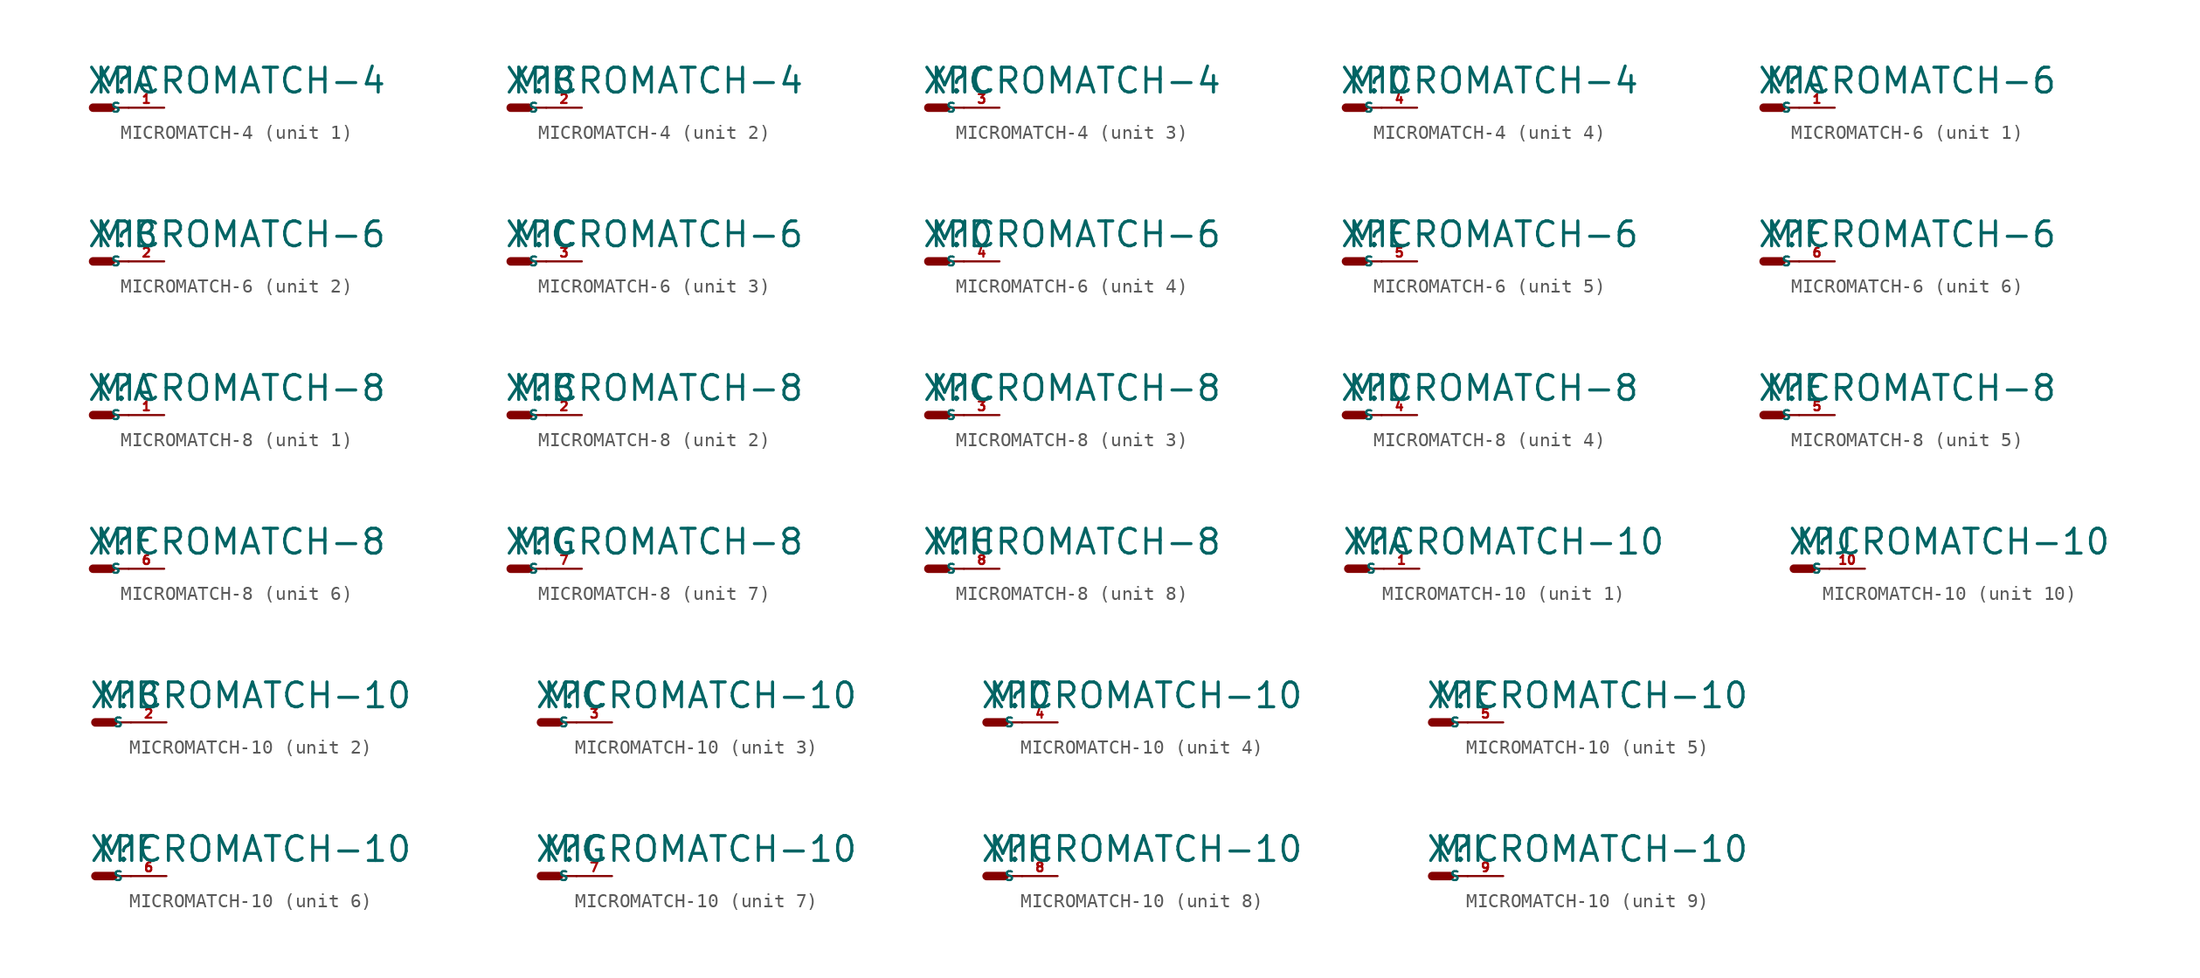
<source format=kicad_sym>
(kicad_symbol_lib
  (version 20220914)
  (generator Eagle2Kicad)
  (symbol "MICROMATCH-4"
    (property "Reference" "X"
      (at -0.508 0.889 0)
      (effects (font (size 1.778 1.778) (thickness 0.22)) (justify left bottom)))
    (property "Value" "MICROMATCH-4"
      (at 0 0.889 0)
      (effects (font (size 1.778 1.778) (thickness 0.22)) (justify left bottom)))
    (symbol "MICROMATCH-4_1_0"
      (polyline (pts (xy 1.27 0) (xy 2.54 0)) (stroke (width 0.152) (type default)) (fill (type none)))
      (polyline (pts (xy 0 0) (xy 1.27 0)) (stroke (width 0.61) (type default)) (fill (type none)))
      (pin passive line (at 5.08 0 180) (length 2.54) (name "S" (effects (font (size 0.635 0.635) (thickness 0.08)) (justify left bottom))) (number "1" (effects (font (size 0.635 0.635) (thickness 0.08)) (justify left bottom)))))
    (symbol "MICROMATCH-4_2_0"
      (polyline (pts (xy 1.27 0) (xy 2.54 0)) (stroke (width 0.152) (type default)) (fill (type none)))
      (polyline (pts (xy 0 0) (xy 1.27 0)) (stroke (width 0.61) (type default)) (fill (type none)))
      (pin passive line (at 5.08 0 180) (length 2.54) (name "S" (effects (font (size 0.635 0.635) (thickness 0.08)) (justify left bottom))) (number "2" (effects (font (size 0.635 0.635) (thickness 0.08)) (justify left bottom)))))
    (symbol "MICROMATCH-4_3_0"
      (polyline (pts (xy 1.27 0) (xy 2.54 0)) (stroke (width 0.152) (type default)) (fill (type none)))
      (polyline (pts (xy 0 0) (xy 1.27 0)) (stroke (width 0.61) (type default)) (fill (type none)))
      (pin passive line (at 5.08 0 180) (length 2.54) (name "S" (effects (font (size 0.635 0.635) (thickness 0.08)) (justify left bottom))) (number "3" (effects (font (size 0.635 0.635) (thickness 0.08)) (justify left bottom)))))
    (symbol "MICROMATCH-4_4_0"
      (polyline (pts (xy 1.27 0) (xy 2.54 0)) (stroke (width 0.152) (type default)) (fill (type none)))
      (polyline (pts (xy 0 0) (xy 1.27 0)) (stroke (width 0.61) (type default)) (fill (type none)))
      (pin passive line (at 5.08 0 180) (length 2.54) (name "S" (effects (font (size 0.635 0.635) (thickness 0.08)) (justify left bottom))) (number "4" (effects (font (size 0.635 0.635) (thickness 0.08)) (justify left bottom))))))
  (symbol "MICROMATCH-6"
    (property "Reference" "X"
      (at -0.508 0.889 0)
      (effects (font (size 1.778 1.778) (thickness 0.22)) (justify left bottom)))
    (property "Value" "MICROMATCH-6"
      (at 0 0.889 0)
      (effects (font (size 1.778 1.778) (thickness 0.22)) (justify left bottom)))
    (symbol "MICROMATCH-6_1_0"
      (polyline (pts (xy 1.27 0) (xy 2.54 0)) (stroke (width 0.152) (type default)) (fill (type none)))
      (polyline (pts (xy 0 0) (xy 1.27 0)) (stroke (width 0.61) (type default)) (fill (type none)))
      (pin passive line (at 5.08 0 180) (length 2.54) (name "S" (effects (font (size 0.635 0.635) (thickness 0.08)) (justify left bottom))) (number "1" (effects (font (size 0.635 0.635) (thickness 0.08)) (justify left bottom)))))
    (symbol "MICROMATCH-6_2_0"
      (polyline (pts (xy 1.27 0) (xy 2.54 0)) (stroke (width 0.152) (type default)) (fill (type none)))
      (polyline (pts (xy 0 0) (xy 1.27 0)) (stroke (width 0.61) (type default)) (fill (type none)))
      (pin passive line (at 5.08 0 180) (length 2.54) (name "S" (effects (font (size 0.635 0.635) (thickness 0.08)) (justify left bottom))) (number "2" (effects (font (size 0.635 0.635) (thickness 0.08)) (justify left bottom)))))
    (symbol "MICROMATCH-6_3_0"
      (polyline (pts (xy 1.27 0) (xy 2.54 0)) (stroke (width 0.152) (type default)) (fill (type none)))
      (polyline (pts (xy 0 0) (xy 1.27 0)) (stroke (width 0.61) (type default)) (fill (type none)))
      (pin passive line (at 5.08 0 180) (length 2.54) (name "S" (effects (font (size 0.635 0.635) (thickness 0.08)) (justify left bottom))) (number "3" (effects (font (size 0.635 0.635) (thickness 0.08)) (justify left bottom)))))
    (symbol "MICROMATCH-6_4_0"
      (polyline (pts (xy 1.27 0) (xy 2.54 0)) (stroke (width 0.152) (type default)) (fill (type none)))
      (polyline (pts (xy 0 0) (xy 1.27 0)) (stroke (width 0.61) (type default)) (fill (type none)))
      (pin passive line (at 5.08 0 180) (length 2.54) (name "S" (effects (font (size 0.635 0.635) (thickness 0.08)) (justify left bottom))) (number "4" (effects (font (size 0.635 0.635) (thickness 0.08)) (justify left bottom)))))
    (symbol "MICROMATCH-6_5_0"
      (polyline (pts (xy 1.27 0) (xy 2.54 0)) (stroke (width 0.152) (type default)) (fill (type none)))
      (polyline (pts (xy 0 0) (xy 1.27 0)) (stroke (width 0.61) (type default)) (fill (type none)))
      (pin passive line (at 5.08 0 180) (length 2.54) (name "S" (effects (font (size 0.635 0.635) (thickness 0.08)) (justify left bottom))) (number "5" (effects (font (size 0.635 0.635) (thickness 0.08)) (justify left bottom)))))
    (symbol "MICROMATCH-6_6_0"
      (polyline (pts (xy 1.27 0) (xy 2.54 0)) (stroke (width 0.152) (type default)) (fill (type none)))
      (polyline (pts (xy 0 0) (xy 1.27 0)) (stroke (width 0.61) (type default)) (fill (type none)))
      (pin passive line (at 5.08 0 180) (length 2.54) (name "S" (effects (font (size 0.635 0.635) (thickness 0.08)) (justify left bottom))) (number "6" (effects (font (size 0.635 0.635) (thickness 0.08)) (justify left bottom))))))
  (symbol "MICROMATCH-8"
    (property "Reference" "X"
      (at -0.508 0.889 0)
      (effects (font (size 1.778 1.778) (thickness 0.22)) (justify left bottom)))
    (property "Value" "MICROMATCH-8"
      (at 0 0.889 0)
      (effects (font (size 1.778 1.778) (thickness 0.22)) (justify left bottom)))
    (symbol "MICROMATCH-8_1_0"
      (polyline (pts (xy 1.27 0) (xy 2.54 0)) (stroke (width 0.152) (type default)) (fill (type none)))
      (polyline (pts (xy 0 0) (xy 1.27 0)) (stroke (width 0.61) (type default)) (fill (type none)))
      (pin passive line (at 5.08 0 180) (length 2.54) (name "S" (effects (font (size 0.635 0.635) (thickness 0.08)) (justify left bottom))) (number "1" (effects (font (size 0.635 0.635) (thickness 0.08)) (justify left bottom)))))
    (symbol "MICROMATCH-8_2_0"
      (polyline (pts (xy 1.27 0) (xy 2.54 0)) (stroke (width 0.152) (type default)) (fill (type none)))
      (polyline (pts (xy 0 0) (xy 1.27 0)) (stroke (width 0.61) (type default)) (fill (type none)))
      (pin passive line (at 5.08 0 180) (length 2.54) (name "S" (effects (font (size 0.635 0.635) (thickness 0.08)) (justify left bottom))) (number "2" (effects (font (size 0.635 0.635) (thickness 0.08)) (justify left bottom)))))
    (symbol "MICROMATCH-8_3_0"
      (polyline (pts (xy 1.27 0) (xy 2.54 0)) (stroke (width 0.152) (type default)) (fill (type none)))
      (polyline (pts (xy 0 0) (xy 1.27 0)) (stroke (width 0.61) (type default)) (fill (type none)))
      (pin passive line (at 5.08 0 180) (length 2.54) (name "S" (effects (font (size 0.635 0.635) (thickness 0.08)) (justify left bottom))) (number "3" (effects (font (size 0.635 0.635) (thickness 0.08)) (justify left bottom)))))
    (symbol "MICROMATCH-8_4_0"
      (polyline (pts (xy 1.27 0) (xy 2.54 0)) (stroke (width 0.152) (type default)) (fill (type none)))
      (polyline (pts (xy 0 0) (xy 1.27 0)) (stroke (width 0.61) (type default)) (fill (type none)))
      (pin passive line (at 5.08 0 180) (length 2.54) (name "S" (effects (font (size 0.635 0.635) (thickness 0.08)) (justify left bottom))) (number "4" (effects (font (size 0.635 0.635) (thickness 0.08)) (justify left bottom)))))
    (symbol "MICROMATCH-8_5_0"
      (polyline (pts (xy 1.27 0) (xy 2.54 0)) (stroke (width 0.152) (type default)) (fill (type none)))
      (polyline (pts (xy 0 0) (xy 1.27 0)) (stroke (width 0.61) (type default)) (fill (type none)))
      (pin passive line (at 5.08 0 180) (length 2.54) (name "S" (effects (font (size 0.635 0.635) (thickness 0.08)) (justify left bottom))) (number "5" (effects (font (size 0.635 0.635) (thickness 0.08)) (justify left bottom)))))
    (symbol "MICROMATCH-8_6_0"
      (polyline (pts (xy 1.27 0) (xy 2.54 0)) (stroke (width 0.152) (type default)) (fill (type none)))
      (polyline (pts (xy 0 0) (xy 1.27 0)) (stroke (width 0.61) (type default)) (fill (type none)))
      (pin passive line (at 5.08 0 180) (length 2.54) (name "S" (effects (font (size 0.635 0.635) (thickness 0.08)) (justify left bottom))) (number "6" (effects (font (size 0.635 0.635) (thickness 0.08)) (justify left bottom)))))
    (symbol "MICROMATCH-8_7_0"
      (polyline (pts (xy 1.27 0) (xy 2.54 0)) (stroke (width 0.152) (type default)) (fill (type none)))
      (polyline (pts (xy 0 0) (xy 1.27 0)) (stroke (width 0.61) (type default)) (fill (type none)))
      (pin passive line (at 5.08 0 180) (length 2.54) (name "S" (effects (font (size 0.635 0.635) (thickness 0.08)) (justify left bottom))) (number "7" (effects (font (size 0.635 0.635) (thickness 0.08)) (justify left bottom)))))
    (symbol "MICROMATCH-8_8_0"
      (polyline (pts (xy 1.27 0) (xy 2.54 0)) (stroke (width 0.152) (type default)) (fill (type none)))
      (polyline (pts (xy 0 0) (xy 1.27 0)) (stroke (width 0.61) (type default)) (fill (type none)))
      (pin passive line (at 5.08 0 180) (length 2.54) (name "S" (effects (font (size 0.635 0.635) (thickness 0.08)) (justify left bottom))) (number "8" (effects (font (size 0.635 0.635) (thickness 0.08)) (justify left bottom))))))
  (symbol "MICROMATCH-10"
    (property "Reference" "X"
      (at -0.508 0.889 0)
      (effects (font (size 1.778 1.778) (thickness 0.22)) (justify left bottom)))
    (property "Value" "MICROMATCH-10"
      (at 0 0.889 0)
      (effects (font (size 1.778 1.778) (thickness 0.22)) (justify left bottom)))
    (symbol "MICROMATCH-10_1_0"
      (polyline (pts (xy 1.27 0) (xy 2.54 0)) (stroke (width 0.152) (type default)) (fill (type none)))
      (polyline (pts (xy 0 0) (xy 1.27 0)) (stroke (width 0.61) (type default)) (fill (type none)))
      (pin passive line (at 5.08 0 180) (length 2.54) (name "S" (effects (font (size 0.635 0.635) (thickness 0.08)) (justify left bottom))) (number "1" (effects (font (size 0.635 0.635) (thickness 0.08)) (justify left bottom)))))
    (symbol "MICROMATCH-10_2_0"
      (polyline (pts (xy 1.27 0) (xy 2.54 0)) (stroke (width 0.152) (type default)) (fill (type none)))
      (polyline (pts (xy 0 0) (xy 1.27 0)) (stroke (width 0.61) (type default)) (fill (type none)))
      (pin passive line (at 5.08 0 180) (length 2.54) (name "S" (effects (font (size 0.635 0.635) (thickness 0.08)) (justify left bottom))) (number "2" (effects (font (size 0.635 0.635) (thickness 0.08)) (justify left bottom)))))
    (symbol "MICROMATCH-10_3_0"
      (polyline (pts (xy 1.27 0) (xy 2.54 0)) (stroke (width 0.152) (type default)) (fill (type none)))
      (polyline (pts (xy 0 0) (xy 1.27 0)) (stroke (width 0.61) (type default)) (fill (type none)))
      (pin passive line (at 5.08 0 180) (length 2.54) (name "S" (effects (font (size 0.635 0.635) (thickness 0.08)) (justify left bottom))) (number "3" (effects (font (size 0.635 0.635) (thickness 0.08)) (justify left bottom)))))
    (symbol "MICROMATCH-10_4_0"
      (polyline (pts (xy 1.27 0) (xy 2.54 0)) (stroke (width 0.152) (type default)) (fill (type none)))
      (polyline (pts (xy 0 0) (xy 1.27 0)) (stroke (width 0.61) (type default)) (fill (type none)))
      (pin passive line (at 5.08 0 180) (length 2.54) (name "S" (effects (font (size 0.635 0.635) (thickness 0.08)) (justify left bottom))) (number "4" (effects (font (size 0.635 0.635) (thickness 0.08)) (justify left bottom)))))
    (symbol "MICROMATCH-10_5_0"
      (polyline (pts (xy 1.27 0) (xy 2.54 0)) (stroke (width 0.152) (type default)) (fill (type none)))
      (polyline (pts (xy 0 0) (xy 1.27 0)) (stroke (width 0.61) (type default)) (fill (type none)))
      (pin passive line (at 5.08 0 180) (length 2.54) (name "S" (effects (font (size 0.635 0.635) (thickness 0.08)) (justify left bottom))) (number "5" (effects (font (size 0.635 0.635) (thickness 0.08)) (justify left bottom)))))
    (symbol "MICROMATCH-10_6_0"
      (polyline (pts (xy 1.27 0) (xy 2.54 0)) (stroke (width 0.152) (type default)) (fill (type none)))
      (polyline (pts (xy 0 0) (xy 1.27 0)) (stroke (width 0.61) (type default)) (fill (type none)))
      (pin passive line (at 5.08 0 180) (length 2.54) (name "S" (effects (font (size 0.635 0.635) (thickness 0.08)) (justify left bottom))) (number "6" (effects (font (size 0.635 0.635) (thickness 0.08)) (justify left bottom)))))
    (symbol "MICROMATCH-10_7_0"
      (polyline (pts (xy 1.27 0) (xy 2.54 0)) (stroke (width 0.152) (type default)) (fill (type none)))
      (polyline (pts (xy 0 0) (xy 1.27 0)) (stroke (width 0.61) (type default)) (fill (type none)))
      (pin passive line (at 5.08 0 180) (length 2.54) (name "S" (effects (font (size 0.635 0.635) (thickness 0.08)) (justify left bottom))) (number "7" (effects (font (size 0.635 0.635) (thickness 0.08)) (justify left bottom)))))
    (symbol "MICROMATCH-10_8_0"
      (polyline (pts (xy 1.27 0) (xy 2.54 0)) (stroke (width 0.152) (type default)) (fill (type none)))
      (polyline (pts (xy 0 0) (xy 1.27 0)) (stroke (width 0.61) (type default)) (fill (type none)))
      (pin passive line (at 5.08 0 180) (length 2.54) (name "S" (effects (font (size 0.635 0.635) (thickness 0.08)) (justify left bottom))) (number "8" (effects (font (size 0.635 0.635) (thickness 0.08)) (justify left bottom)))))
    (symbol "MICROMATCH-10_9_0"
      (polyline (pts (xy 1.27 0) (xy 2.54 0)) (stroke (width 0.152) (type default)) (fill (type none)))
      (polyline (pts (xy 0 0) (xy 1.27 0)) (stroke (width 0.61) (type default)) (fill (type none)))
      (pin passive line (at 5.08 0 180) (length 2.54) (name "S" (effects (font (size 0.635 0.635) (thickness 0.08)) (justify left bottom))) (number "9" (effects (font (size 0.635 0.635) (thickness 0.08)) (justify left bottom)))))
    (symbol "MICROMATCH-10_10_0"
      (polyline (pts (xy 1.27 0) (xy 2.54 0)) (stroke (width 0.152) (type default)) (fill (type none)))
      (polyline (pts (xy 0 0) (xy 1.27 0)) (stroke (width 0.61) (type default)) (fill (type none)))
      (pin passive line (at 5.08 0 180) (length 2.54) (name "S" (effects (font (size 0.635 0.635) (thickness 0.08)) (justify left bottom))) (number "10" (effects (font (size 0.635 0.635) (thickness 0.08)) (justify left bottom)))))))
</source>
